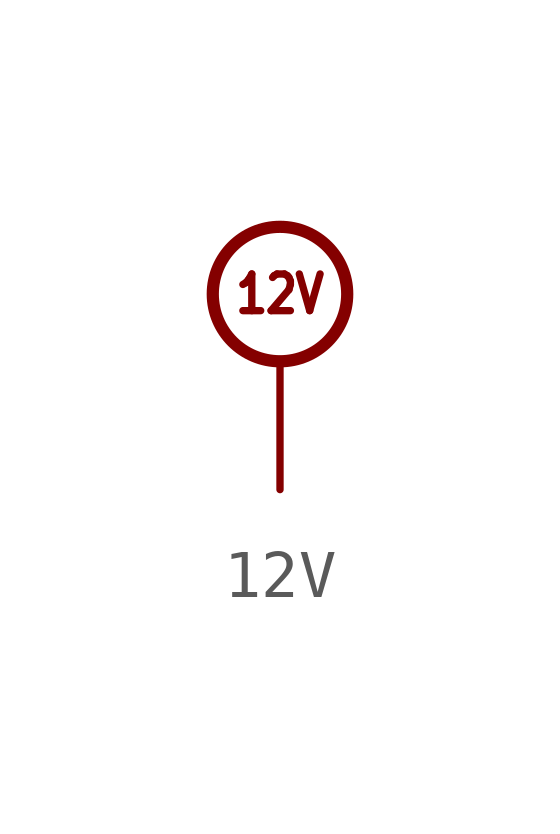
<source format=kicad_sym>
(kicad_symbol_lib
  (version 20211014)
  (generator kicad_symbol_editor)
  (symbol "12V"
    (power)
    (property "Reference" "#PWR_"
      (at 0 0 0)
      (effects (font (size 1.27 1.27)) hide))
    (property "ki_locked" ""
      (at 0 0 0)
      (effects (font (size 1.27 1.27))))
    (symbol "12V_1_0"
      (circle (center 0 4.064) (radius 1.397) (stroke (width 0.254) (type default) (color 0 0 0 0)) (fill (type none)))
      (text "12V" (at 0 4.064 0) (effects (font (size 0.762 0.648))))
      (pin power_in line (at 0 0 90) (length 2.54) (name "12V" (effects (font (size 0 0)))) (number "1" (effects (font (size 0 0))))))))
</source>
